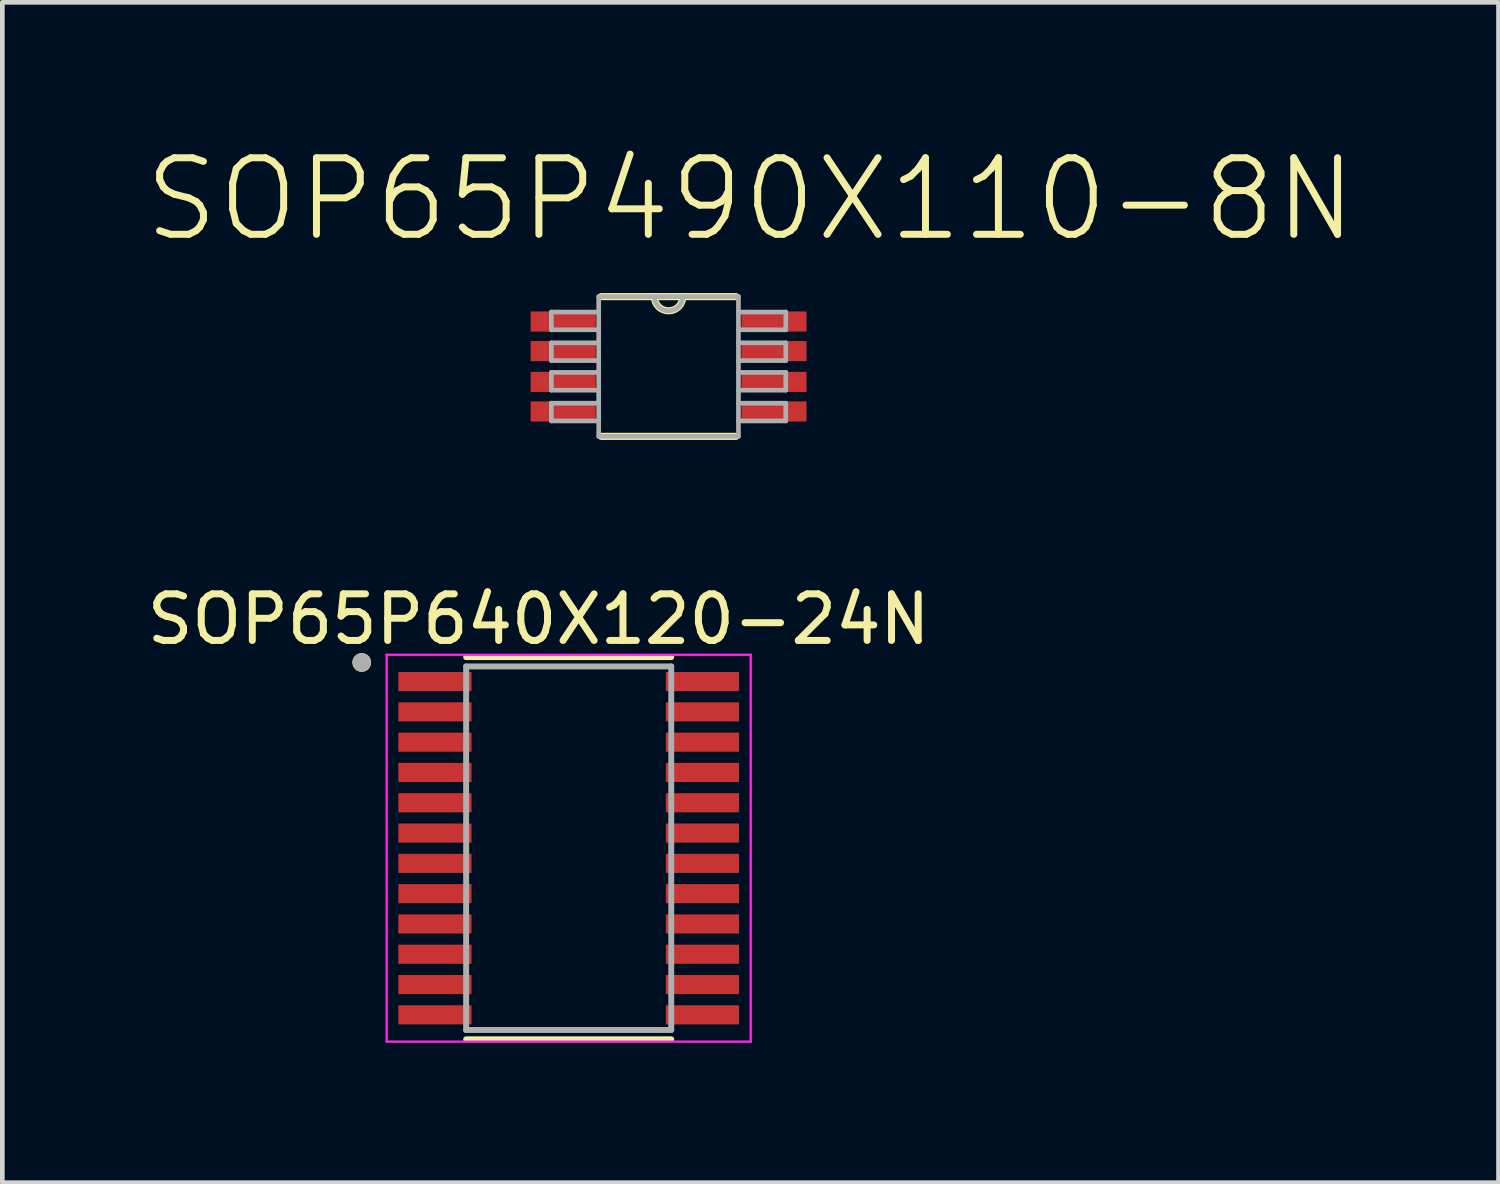
<source format=kicad_pcb>
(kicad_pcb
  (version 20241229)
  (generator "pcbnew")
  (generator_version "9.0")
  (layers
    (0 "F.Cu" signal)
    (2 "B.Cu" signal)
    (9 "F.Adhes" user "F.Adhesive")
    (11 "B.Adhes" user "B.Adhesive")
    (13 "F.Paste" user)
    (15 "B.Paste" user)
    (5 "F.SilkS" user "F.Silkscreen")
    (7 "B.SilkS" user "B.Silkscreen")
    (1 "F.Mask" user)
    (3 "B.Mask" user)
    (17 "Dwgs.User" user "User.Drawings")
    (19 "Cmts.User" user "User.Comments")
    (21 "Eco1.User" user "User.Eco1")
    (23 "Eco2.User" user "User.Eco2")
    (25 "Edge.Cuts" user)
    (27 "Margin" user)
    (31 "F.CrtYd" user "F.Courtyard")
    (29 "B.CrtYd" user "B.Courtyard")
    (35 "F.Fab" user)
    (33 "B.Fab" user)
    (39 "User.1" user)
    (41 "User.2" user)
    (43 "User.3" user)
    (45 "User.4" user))
  (footprint "SOP65P490X110-8N"
    (layer "F.Cu")
    (at 11.294 4.813)
    (property "Reference" "SOP65P490X110-8N" (at 1.756 -3.588 0) (layer "F.SilkS") (effects (font (size 1.643 1.643) (thickness 0.15))))
    (attr through_hole)
    (fp_line (start -1.448 1.499) (end 1.448 1.499) (stroke (width 0.152) (type solid)) (layer "F.SilkS"))
    (fp_line (start -0.305 -1.499) (end -1.448 -1.499) (stroke (width 0.152) (type solid)) (layer "F.SilkS"))
    (fp_line (start 0.305 -1.499) (end -0.305 -1.499) (stroke (width 0.152) (type solid)) (layer "F.SilkS"))
    (fp_line (start 1.448 -1.499) (end 0.305 -1.499) (stroke (width 0.152) (type solid)) (layer "F.SilkS"))
    (fp_arc (start 0.3048 -1.4986) (mid 0 -1.1938) (end -0.3048 -1.4986) (stroke (width 0.1524) (type solid)) (layer "F.SilkS"))
    (fp_line (start -2.515 -1.168) (end -2.515 -0.787) (stroke (width 0.1) (type solid)) (layer "F.Fab"))
    (fp_line (start -2.515 -0.787) (end -1.499 -0.787) (stroke (width 0.1) (type solid)) (layer "F.Fab"))
    (fp_line (start -2.515 -0.508) (end -2.515 -0.127) (stroke (width 0.1) (type solid)) (layer "F.Fab"))
    (fp_line (start -2.515 -0.127) (end -1.499 -0.127) (stroke (width 0.1) (type solid)) (layer "F.Fab"))
    (fp_line (start -2.515 0.127) (end -2.515 0.508) (stroke (width 0.1) (type solid)) (layer "F.Fab"))
    (fp_line (start -2.515 0.508) (end -1.499 0.508) (stroke (width 0.1) (type solid)) (layer "F.Fab"))
    (fp_line (start -2.515 0.787) (end -2.515 1.168) (stroke (width 0.1) (type solid)) (layer "F.Fab"))
    (fp_line (start -2.515 1.168) (end -1.499 1.168) (stroke (width 0.1) (type solid)) (layer "F.Fab"))
    (fp_line (start -1.499 -1.499) (end -1.499 -1.168) (stroke (width 0.1) (type solid)) (layer "F.Fab"))
    (fp_line (start -1.499 -1.168) (end -2.515 -1.168) (stroke (width 0.1) (type solid)) (layer "F.Fab"))
    (fp_line (start -1.499 -1.168) (end -1.499 -0.787) (stroke (width 0.1) (type solid)) (layer "F.Fab"))
    (fp_line (start -1.499 -0.787) (end -1.499 -0.508) (stroke (width 0.1) (type solid)) (layer "F.Fab"))
    (fp_line (start -1.499 -0.508) (end -2.515 -0.508) (stroke (width 0.1) (type solid)) (layer "F.Fab"))
    (fp_line (start -1.499 -0.508) (end -1.499 -0.127) (stroke (width 0.1) (type solid)) (layer "F.Fab"))
    (fp_line (start -1.499 -0.127) (end -1.499 0.127) (stroke (width 0.1) (type solid)) (layer "F.Fab"))
    (fp_line (start -1.499 0.127) (end -2.515 0.127) (stroke (width 0.1) (type solid)) (layer "F.Fab"))
    (fp_line (start -1.499 0.127) (end -1.499 0.508) (stroke (width 0.1) (type solid)) (layer "F.Fab"))
    (fp_line (start -1.499 0.508) (end -1.499 0.787) (stroke (width 0.1) (type solid)) (layer "F.Fab"))
    (fp_line (start -1.499 0.787) (end -2.515 0.787) (stroke (width 0.1) (type solid)) (layer "F.Fab"))
    (fp_line (start -1.499 1.168) (end -1.499 0.787) (stroke (width 0.1) (type solid)) (layer "F.Fab"))
    (fp_line (start -1.499 1.499) (end -1.499 1.168) (stroke (width 0.1) (type solid)) (layer "F.Fab"))
    (fp_line (start -1.499 1.499) (end 1.499 1.499) (stroke (width 0.1) (type solid)) (layer "F.Fab"))
    (fp_line (start -0.305 -1.499) (end -1.499 -1.499) (stroke (width 0.1) (type solid)) (layer "F.Fab"))
    (fp_line (start 0.305 -1.499) (end -0.305 -1.499) (stroke (width 0.1) (type solid)) (layer "F.Fab"))
    (fp_line (start 1.499 -1.499) (end 0.305 -1.499) (stroke (width 0.1) (type solid)) (layer "F.Fab"))
    (fp_line (start 1.499 -1.499) (end 1.499 -1.168) (stroke (width 0.1) (type solid)) (layer "F.Fab"))
    (fp_line (start 1.499 -1.168) (end 1.499 -0.787) (stroke (width 0.1) (type solid)) (layer "F.Fab"))
    (fp_line (start 1.499 -0.787) (end 2.515 -0.787) (stroke (width 0.1) (type solid)) (layer "F.Fab"))
    (fp_line (start 1.499 -0.508) (end 1.499 -0.787) (stroke (width 0.1) (type solid)) (layer "F.Fab"))
    (fp_line (start 1.499 -0.127) (end 1.499 -0.508) (stroke (width 0.1) (type solid)) (layer "F.Fab"))
    (fp_line (start 1.499 -0.127) (end 2.515 -0.127) (stroke (width 0.1) (type solid)) (layer "F.Fab"))
    (fp_line (start 1.499 0.127) (end 1.499 -0.127) (stroke (width 0.1) (type solid)) (layer "F.Fab"))
    (fp_line (start 1.499 0.508) (end 1.499 0.127) (stroke (width 0.1) (type solid)) (layer "F.Fab"))
    (fp_line (start 1.499 0.508) (end 2.515 0.508) (stroke (width 0.1) (type solid)) (layer "F.Fab"))
    (fp_line (start 1.499 0.787) (end 1.499 0.508) (stroke (width 0.1) (type solid)) (layer "F.Fab"))
    (fp_line (start 1.499 1.168) (end 1.499 0.787) (stroke (width 0.1) (type solid)) (layer "F.Fab"))
    (fp_line (start 1.499 1.168) (end 2.515 1.168) (stroke (width 0.1) (type solid)) (layer "F.Fab"))
    (fp_line (start 1.499 1.499) (end 1.499 1.168) (stroke (width 0.1) (type solid)) (layer "F.Fab"))
    (fp_line (start 2.515 -1.168) (end 1.499 -1.168) (stroke (width 0.1) (type solid)) (layer "F.Fab"))
    (fp_line (start 2.515 -0.787) (end 2.515 -1.168) (stroke (width 0.1) (type solid)) (layer "F.Fab"))
    (fp_line (start 2.515 -0.508) (end 1.499 -0.508) (stroke (width 0.1) (type solid)) (layer "F.Fab"))
    (fp_line (start 2.515 -0.127) (end 2.515 -0.508) (stroke (width 0.1) (type solid)) (layer "F.Fab"))
    (fp_line (start 2.515 0.127) (end 1.499 0.127) (stroke (width 0.1) (type solid)) (layer "F.Fab"))
    (fp_line (start 2.515 0.508) (end 2.515 0.127) (stroke (width 0.1) (type solid)) (layer "F.Fab"))
    (fp_line (start 2.515 0.787) (end 1.499 0.787) (stroke (width 0.1) (type solid)) (layer "F.Fab"))
    (fp_line (start 2.515 1.168) (end 2.515 0.787) (stroke (width 0.1) (type solid)) (layer "F.Fab"))
    (fp_arc (start 0.3048 -1.4986) (mid 0 -1.1938) (end -0.3048 -1.4986) (stroke (width 0.1) (type solid)) (layer "F.Fab"))
    (pad "1" smd rect (at -2.261 -0.965) (size 1.397 0.432) (layers "F.Cu" "F.Mask" "F.Paste"))
    (pad "2" smd rect (at -2.261 -0.33) (size 1.397 0.432) (layers "F.Cu" "F.Mask" "F.Paste"))
    (pad "3" smd rect (at -2.261 0.33) (size 1.397 0.432) (layers "F.Cu" "F.Mask" "F.Paste"))
    (pad "4" smd rect (at -2.261 0.965) (size 1.397 0.432) (layers "F.Cu" "F.Mask" "F.Paste"))
    (pad "5" smd rect (at 2.261 0.965) (size 1.397 0.432) (layers "F.Cu" "F.Mask" "F.Paste"))
    (pad "6" smd rect (at 2.261 0.33) (size 1.397 0.432) (layers "F.Cu" "F.Mask" "F.Paste"))
    (pad "7" smd rect (at 2.261 -0.33) (size 1.397 0.432) (layers "F.Cu" "F.Mask" "F.Paste"))
    (pad "8" smd rect (at 2.261 -0.965) (size 1.397 0.432) (layers "F.Cu" "F.Mask" "F.Paste")))
  (footprint "SOP65P640X120-24N"
    (layer "F.Cu")
    (at 9.151 15.148)
    (property "Reference" "SOP65P640X120-24N" (at -0.645 -4.912 0) (layer "F.SilkS") (effects (font (size 1 1) (thickness 0.15))))
    (attr through_hole)
    (fp_line (start -2.2 -4.1) (end 2.2 -4.1) (stroke (width 0.127) (type solid)) (layer "F.SilkS"))
    (fp_line (start -2.2 4.1) (end 2.2 4.1) (stroke (width 0.127) (type solid)) (layer "F.SilkS"))
    (fp_circle (center -4.44 -3.985) (end -4.34 -3.985) (stroke (width 0.2) (type solid)) (fill no) (layer "F.SilkS"))
    (fp_line (start -3.905 -4.15) (end -3.905 4.15) (stroke (width 0.05) (type solid)) (layer "F.CrtYd"))
    (fp_line (start -3.905 -4.15) (end 3.905 -4.15) (stroke (width 0.05) (type solid)) (layer "F.CrtYd"))
    (fp_line (start -3.905 4.15) (end 3.905 4.15) (stroke (width 0.05) (type solid)) (layer "F.CrtYd"))
    (fp_line (start 3.905 -4.15) (end 3.905 4.15) (stroke (width 0.05) (type solid)) (layer "F.CrtYd"))
    (fp_line (start -2.2 -3.9) (end -2.2 3.9) (stroke (width 0.127) (type solid)) (layer "F.Fab"))
    (fp_line (start -2.2 -3.9) (end 2.2 -3.9) (stroke (width 0.127) (type solid)) (layer "F.Fab"))
    (fp_line (start -2.2 3.9) (end 2.2 3.9) (stroke (width 0.127) (type solid)) (layer "F.Fab"))
    (fp_line (start 2.2 -3.9) (end 2.2 3.9) (stroke (width 0.127) (type solid)) (layer "F.Fab"))
    (fp_circle (center -4.44 -3.985) (end -4.34 -3.985) (stroke (width 0.2) (type solid)) (fill no) (layer "F.Fab"))
    (pad "1" smd rect (at -2.87 -3.575) (size 1.57 0.41) (layers "F.Cu" "F.Mask" "F.Paste"))
    (pad "2" smd rect (at -2.87 -2.925) (size 1.57 0.41) (layers "F.Cu" "F.Mask" "F.Paste"))
    (pad "3" smd rect (at -2.87 -2.275) (size 1.57 0.41) (layers "F.Cu" "F.Mask" "F.Paste"))
    (pad "4" smd rect (at -2.87 -1.625) (size 1.57 0.41) (layers "F.Cu" "F.Mask" "F.Paste"))
    (pad "5" smd rect (at -2.87 -0.975) (size 1.57 0.41) (layers "F.Cu" "F.Mask" "F.Paste"))
    (pad "6" smd rect (at -2.87 -0.325) (size 1.57 0.41) (layers "F.Cu" "F.Mask" "F.Paste"))
    (pad "7" smd rect (at -2.87 0.325) (size 1.57 0.41) (layers "F.Cu" "F.Mask" "F.Paste"))
    (pad "8" smd rect (at -2.87 0.975) (size 1.57 0.41) (layers "F.Cu" "F.Mask" "F.Paste"))
    (pad "9" smd rect (at -2.87 1.625) (size 1.57 0.41) (layers "F.Cu" "F.Mask" "F.Paste"))
    (pad "10" smd rect (at -2.87 2.275) (size 1.57 0.41) (layers "F.Cu" "F.Mask" "F.Paste"))
    (pad "11" smd rect (at -2.87 2.925) (size 1.57 0.41) (layers "F.Cu" "F.Mask" "F.Paste"))
    (pad "12" smd rect (at -2.87 3.575) (size 1.57 0.41) (layers "F.Cu" "F.Mask" "F.Paste"))
    (pad "13" smd rect (at 2.87 3.575) (size 1.57 0.41) (layers "F.Cu" "F.Mask" "F.Paste"))
    (pad "14" smd rect (at 2.87 2.925) (size 1.57 0.41) (layers "F.Cu" "F.Mask" "F.Paste"))
    (pad "15" smd rect (at 2.87 2.275) (size 1.57 0.41) (layers "F.Cu" "F.Mask" "F.Paste"))
    (pad "16" smd rect (at 2.87 1.625) (size 1.57 0.41) (layers "F.Cu" "F.Mask" "F.Paste"))
    (pad "17" smd rect (at 2.87 0.975) (size 1.57 0.41) (layers "F.Cu" "F.Mask" "F.Paste"))
    (pad "18" smd rect (at 2.87 0.325) (size 1.57 0.41) (layers "F.Cu" "F.Mask" "F.Paste"))
    (pad "19" smd rect (at 2.87 -0.325) (size 1.57 0.41) (layers "F.Cu" "F.Mask" "F.Paste"))
    (pad "20" smd rect (at 2.87 -0.975) (size 1.57 0.41) (layers "F.Cu" "F.Mask" "F.Paste"))
    (pad "21" smd rect (at 2.87 -1.625) (size 1.57 0.41) (layers "F.Cu" "F.Mask" "F.Paste"))
    (pad "22" smd rect (at 2.87 -2.275) (size 1.57 0.41) (layers "F.Cu" "F.Mask" "F.Paste"))
    (pad "23" smd rect (at 2.87 -2.925) (size 1.57 0.41) (layers "F.Cu" "F.Mask" "F.Paste"))
    (pad "24" smd rect (at 2.87 -3.575) (size 1.57 0.41) (layers "F.Cu" "F.Mask" "F.Paste")))
  (gr_rect
    (start -3 -3)
    (end 29.1 22.323)
    (stroke (width 0.1) (type default))
    (fill no)
    (layer "Edge.Cuts")))
</source>
